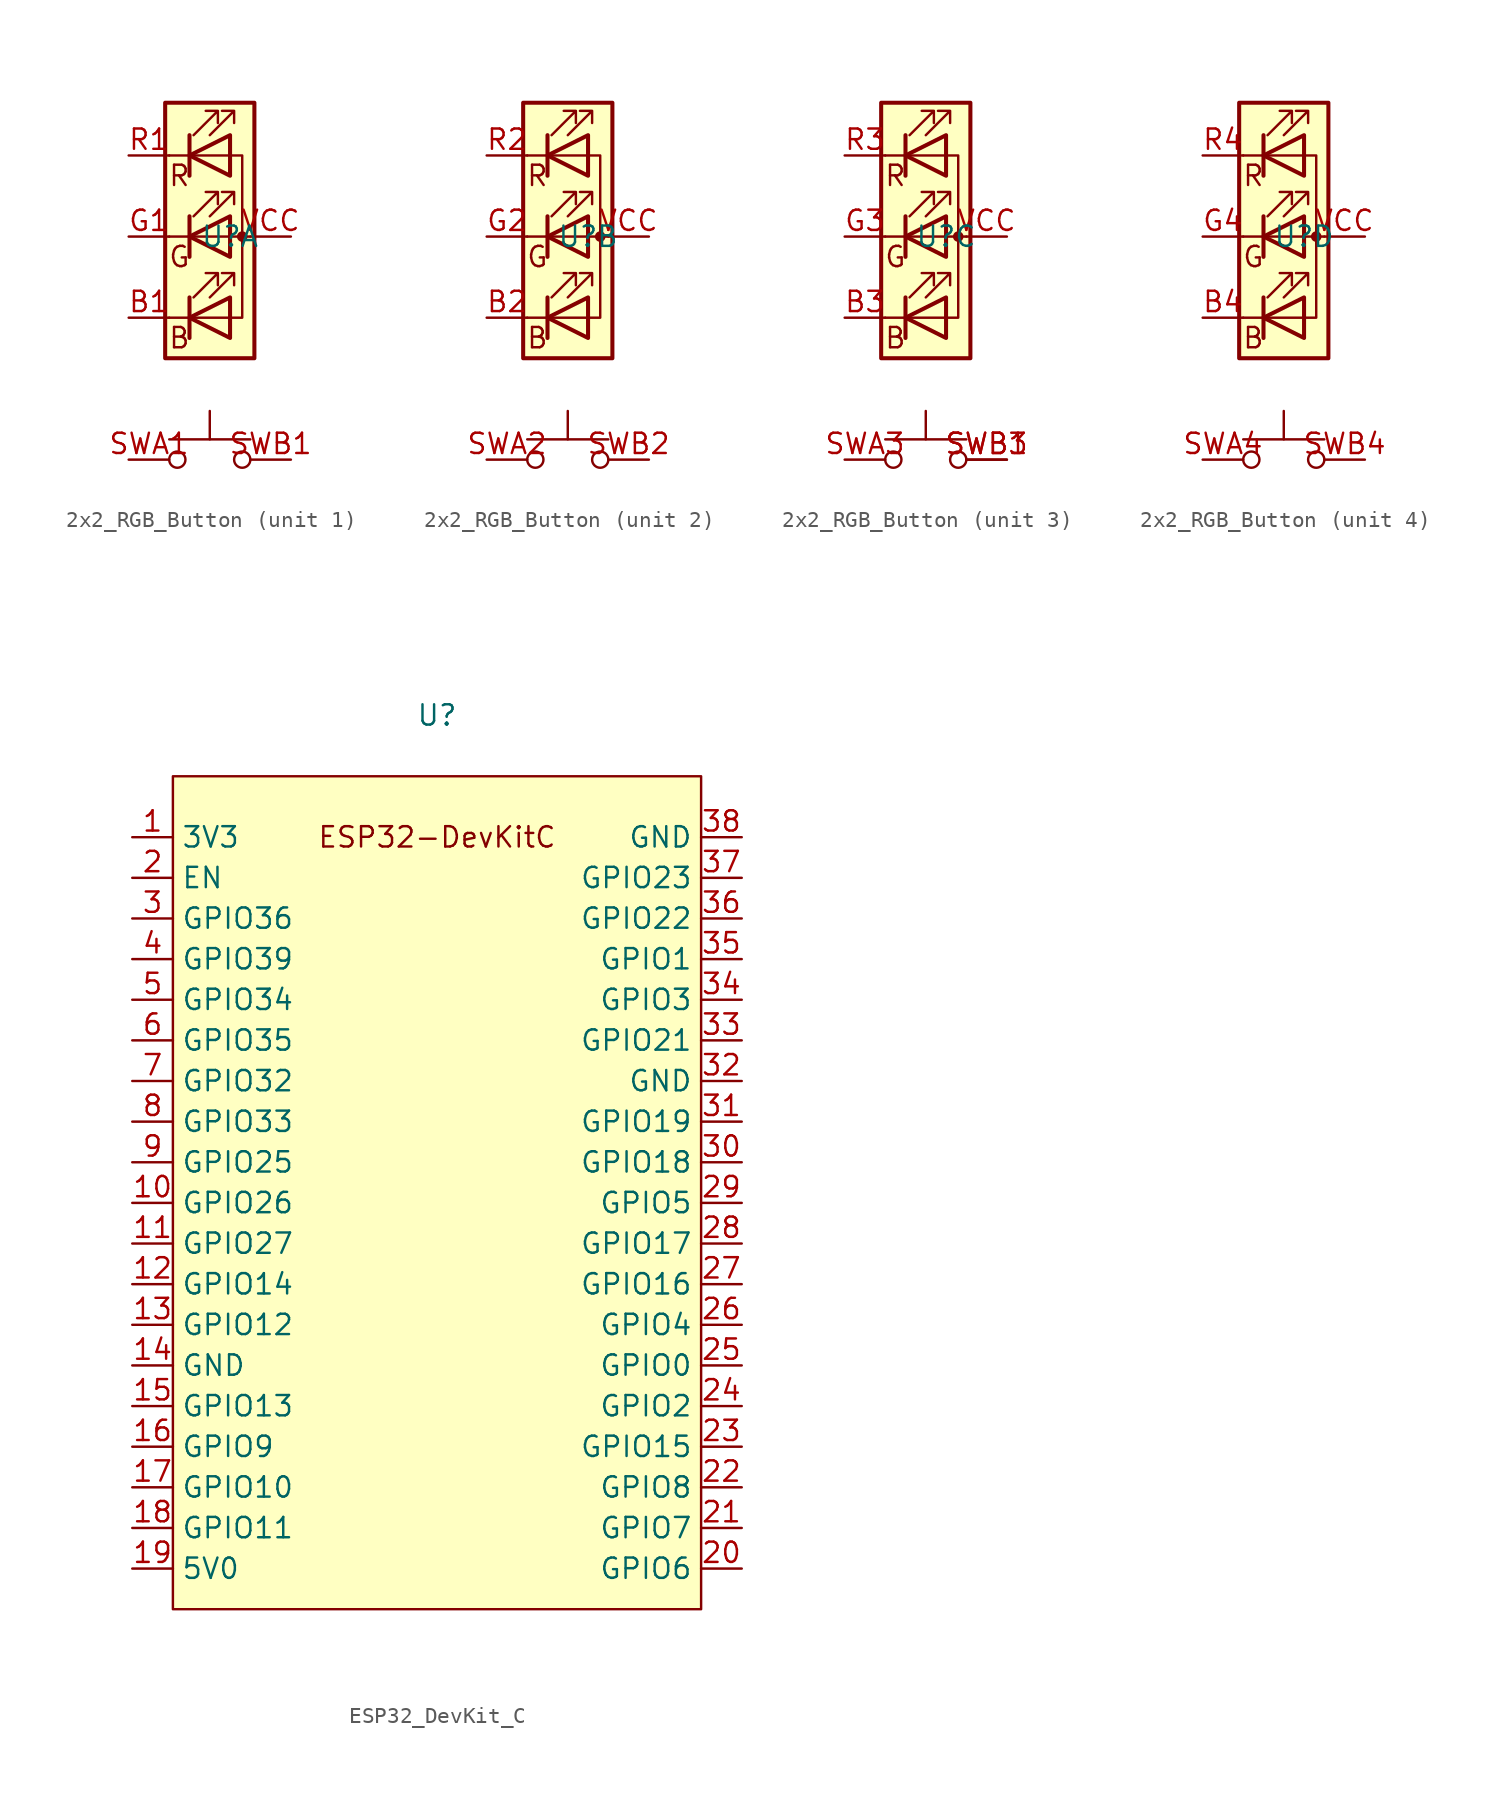
<source format=kicad_sym>
(kicad_symbol_lib
  (version 20220914)
  (generator kicad_symbol_editor)
  (symbol "2x2_RGB_Button"
    (property "Reference" "U"
      (at 1.27 0 0)
      (effects (font (size 1.27 1.27))))
    (property "Value" ""
      (at 1.27 0 0)
      (effects (font (size 1.27 1.27))))
    (property "ki_locked" ""
      (at 0 0 0)
      (effects (font (size 1.27 1.27))))
    (symbol "2x2_RGB_Button_0_0"
      (text "B" (at -1.905 -6.35 0) (effects (font (size 1.27 1.27))))
      (text "G" (at -1.905 -1.27 0) (effects (font (size 1.27 1.27))))
      (text "R" (at -1.905 3.81 0) (effects (font (size 1.27 1.27)))))
    (symbol "2x2_RGB_Button_0_1"
      (circle (center -2.032 -13.97) (radius 0.508) (stroke (width 0) (type default)) (fill (type none)))
      (polyline (pts (xy -1.27 -5.08) (xy -2.54 -5.08)) (stroke (width 0) (type default)) (fill (type none)))
      (polyline (pts (xy -1.27 -5.08) (xy 1.27 -5.08)) (stroke (width 0) (type default)) (fill (type none)))
      (polyline (pts (xy -1.27 -3.81) (xy -1.27 -6.35)) (stroke (width 0.254) (type default)) (fill (type none)))
      (polyline (pts (xy -1.27 0) (xy -2.54 0)) (stroke (width 0) (type default)) (fill (type none)))
      (polyline (pts (xy -1.27 1.27) (xy -1.27 -1.27)) (stroke (width 0.254) (type default)) (fill (type none)))
      (polyline (pts (xy -1.27 5.08) (xy -2.54 5.08)) (stroke (width 0) (type default)) (fill (type none)))
      (polyline (pts (xy -1.27 5.08) (xy 1.27 5.08)) (stroke (width 0) (type default)) (fill (type none)))
      (polyline (pts (xy -1.27 6.35) (xy -1.27 3.81)) (stroke (width 0.254) (type default)) (fill (type none)))
      (polyline (pts (xy 0 -12.7) (xy 0 -10.922)) (stroke (width 0) (type default)) (fill (type none)))
      (polyline (pts (xy 1.27 0) (xy -1.27 0)) (stroke (width 0) (type default)) (fill (type none)))
      (polyline (pts (xy 1.27 0) (xy 2.54 0)) (stroke (width 0) (type default)) (fill (type none)))
      (polyline (pts (xy 2.54 -12.7) (xy -2.54 -12.7)) (stroke (width 0) (type default)) (fill (type none)))
      (polyline (pts (xy -1.27 1.27) (xy -1.27 -1.27) (xy -1.27 -1.27)) (stroke (width 0) (type default)) (fill (type none)))
      (polyline (pts (xy -1.27 6.35) (xy -1.27 3.81) (xy -1.27 3.81)) (stroke (width 0) (type default)) (fill (type none)))
      (polyline (pts (xy 1.27 -5.08) (xy 2.032 -5.08) (xy 2.032 5.08) (xy 1.27 5.08)) (stroke (width 0) (type default)) (fill (type none)))
      (polyline (pts (xy 1.27 -3.81) (xy 1.27 -6.35) (xy -1.27 -5.08) (xy 1.27 -3.81)) (stroke (width 0.254) (type default)) (fill (type none)))
      (polyline (pts (xy 1.27 1.27) (xy 1.27 -1.27) (xy -1.27 0) (xy 1.27 1.27)) (stroke (width 0.254) (type default)) (fill (type none)))
      (polyline (pts (xy 1.27 6.35) (xy 1.27 3.81) (xy -1.27 5.08) (xy 1.27 6.35)) (stroke (width 0.254) (type default)) (fill (type none)))
      (polyline (pts (xy -1.016 -3.81) (xy 0.508 -2.286) (xy -0.254 -2.286) (xy 0.508 -2.286) (xy 0.508 -3.048)) (stroke (width 0) (type default)) (fill (type none)))
      (polyline (pts (xy -1.016 1.27) (xy 0.508 2.794) (xy -0.254 2.794) (xy 0.508 2.794) (xy 0.508 2.032)) (stroke (width 0) (type default)) (fill (type none)))
      (polyline (pts (xy -1.016 6.35) (xy 0.508 7.874) (xy -0.254 7.874) (xy 0.508 7.874) (xy 0.508 7.112)) (stroke (width 0) (type default)) (fill (type none)))
      (polyline (pts (xy 0 -3.81) (xy 1.524 -2.286) (xy 0.762 -2.286) (xy 1.524 -2.286) (xy 1.524 -3.048)) (stroke (width 0) (type default)) (fill (type none)))
      (polyline (pts (xy 0 1.27) (xy 1.524 2.794) (xy 0.762 2.794) (xy 1.524 2.794) (xy 1.524 2.032)) (stroke (width 0) (type default)) (fill (type none)))
      (polyline (pts (xy 0 6.35) (xy 1.524 7.874) (xy 0.762 7.874) (xy 1.524 7.874) (xy 1.524 7.112)) (stroke (width 0) (type default)) (fill (type none)))
      (rectangle (start 1.27 -1.27) (end 1.27 1.27) (stroke (width 0) (type default)) (fill (type none)))
      (rectangle (start 1.27 1.27) (end 1.27 1.27) (stroke (width 0) (type default)) (fill (type none)))
      (rectangle (start 1.27 3.81) (end 1.27 6.35) (stroke (width 0) (type default)) (fill (type none)))
      (rectangle (start 1.27 6.35) (end 1.27 6.35) (stroke (width 0) (type default)) (fill (type none)))
      (circle (center 2.032 -13.97) (radius 0.508) (stroke (width 0) (type default)) (fill (type none)))
      (circle (center 2.032 0) (radius 0.254) (stroke (width 0) (type default)) (fill (type outline)))
      (rectangle (start 2.794 8.382) (end -2.794 -7.62) (stroke (width 0.254) (type default)) (fill (type background))))
    (symbol "2x2_RGB_Button_1_1"
      (pin passive line (at -5.08 -5.08 0) (length 2.54) (name "" (effects (font (size 1.27 1.27)))) (number "B1" (effects (font (size 1.27 1.27)))))
      (pin passive line (at -5.08 0 0) (length 2.54) (name "" (effects (font (size 1.27 1.27)))) (number "G1" (effects (font (size 1.27 1.27)))))
      (pin passive line (at -5.08 5.08 0) (length 2.54) (name "" (effects (font (size 1.27 1.27)))) (number "R1" (effects (font (size 1.27 1.27)))))
      (pin passive line (at -5.08 -13.97 0) (length 2.54) (name "" (effects (font (size 1.27 1.27)))) (number "SWA1" (effects (font (size 1.27 1.27)))))
      (pin passive line (at 5.08 -13.97 180) (length 2.54) (name "" (effects (font (size 1.27 1.27)))) (number "SWB1" (effects (font (size 1.27 1.27)))))
      (pin passive line (at 5.08 0 180) (length 2.54) (name "" (effects (font (size 1.27 1.27)))) (number "VCC" (effects (font (size 1.27 1.27))))))
    (symbol "2x2_RGB_Button_2_1"
      (pin passive line (at -5.08 -5.08 0) (length 2.54) (name "" (effects (font (size 1.27 1.27)))) (number "B2" (effects (font (size 1.27 1.27)))))
      (pin passive line (at -5.08 0 0) (length 2.54) (name "" (effects (font (size 1.27 1.27)))) (number "G2" (effects (font (size 1.27 1.27)))))
      (pin passive line (at -5.08 5.08 0) (length 2.54) (name "" (effects (font (size 1.27 1.27)))) (number "R2" (effects (font (size 1.27 1.27)))))
      (pin passive line (at -5.08 -13.97 0) (length 2.54) (name "" (effects (font (size 1.27 1.27)))) (number "SWA2" (effects (font (size 1.27 1.27)))))
      (pin passive line (at 5.08 -13.97 180) (length 2.54) (name "" (effects (font (size 1.27 1.27)))) (number "SWB2" (effects (font (size 1.27 1.27)))))
      (pin passive line (at 5.08 0 180) (length 2.54) (name "" (effects (font (size 1.27 1.27)))) (number "VCC" (effects (font (size 1.27 1.27))))))
    (symbol "2x2_RGB_Button_3_1"
      (pin passive line (at -5.08 -5.08 0) (length 2.54) (name "" (effects (font (size 1.27 1.27)))) (number "B3" (effects (font (size 1.27 1.27)))))
      (pin passive line (at -5.08 0 0) (length 2.54) (name "" (effects (font (size 1.27 1.27)))) (number "G3" (effects (font (size 1.27 1.27)))))
      (pin passive line (at -5.08 5.08 0) (length 2.54) (name "" (effects (font (size 1.27 1.27)))) (number "R3" (effects (font (size 1.27 1.27)))))
      (pin passive line (at -5.08 -13.97 0) (length 2.54) (name "" (effects (font (size 1.27 1.27)))) (number "SWA3" (effects (font (size 1.27 1.27)))))
      (pin passive line (at 5.08 -13.97 180) (length 2.54) (name "" (effects (font (size 1.27 1.27)))) (number "SWB1" (effects (font (size 1.27 1.27)))))
      (pin passive line (at 5.08 -13.97 180) (length 2.54) (name "" (effects (font (size 1.27 1.27)))) (number "SWB3" (effects (font (size 1.27 1.27)))))
      (pin passive line (at 5.08 0 180) (length 2.54) (name "" (effects (font (size 1.27 1.27)))) (number "VCC" (effects (font (size 1.27 1.27))))))
    (symbol "2x2_RGB_Button_4_1"
      (pin passive line (at -5.08 -5.08 0) (length 2.54) (name "" (effects (font (size 1.27 1.27)))) (number "B4" (effects (font (size 1.27 1.27)))))
      (pin passive line (at -5.08 0 0) (length 2.54) (name "" (effects (font (size 1.27 1.27)))) (number "G4" (effects (font (size 1.27 1.27)))))
      (pin passive line (at -5.08 5.08 0) (length 2.54) (name "" (effects (font (size 1.27 1.27)))) (number "R4" (effects (font (size 1.27 1.27)))))
      (pin passive line (at -5.08 -13.97 0) (length 2.54) (name "" (effects (font (size 1.27 1.27)))) (number "SWA4" (effects (font (size 1.27 1.27)))))
      (pin passive line (at 5.08 -13.97 180) (length 2.54) (name "" (effects (font (size 1.27 1.27)))) (number "SWB4" (effects (font (size 1.27 1.27)))))
      (pin passive line (at 5.08 0 180) (length 2.54) (name "" (effects (font (size 1.27 1.27)))) (number "VCC" (effects (font (size 1.27 1.27)))))))
  (symbol "ESP32_DevKit_C"
    (property "Reference" "U"
      (at 0 29.21 0)
      (effects (font (size 1.27 1.27))))
    (property "Value" ""
      (at 0 26.67 0)
      (effects (font (size 1.27 1.27))))
    (symbol "ESP32_DevKit_C_1_1"
      (rectangle (start -16.51 25.4) (end 16.51 -26.67) (stroke (width 0) (type default)) (fill (type background)))
      (text "ESP32-DevKitC" (at 0 21.59 0) (effects (font (size 1.27 1.27))))
      (pin power_out line (at -19.05 21.59 0) (length 2.54) (name "3V3" (effects (font (size 1.27 1.27)))) (number "1" (effects (font (size 1.27 1.27)))))
      (pin bidirectional line (at -19.05 -1.27 0) (length 2.54) (name "GPIO26" (effects (font (size 1.27 1.27)))) (number "10" (effects (font (size 1.27 1.27)))))
      (pin bidirectional line (at -19.05 -3.81 0) (length 2.54) (name "GPIO27" (effects (font (size 1.27 1.27)))) (number "11" (effects (font (size 1.27 1.27)))))
      (pin bidirectional line (at -19.05 -6.35 0) (length 2.54) (name "GPIO14" (effects (font (size 1.27 1.27)))) (number "12" (effects (font (size 1.27 1.27)))))
      (pin bidirectional line (at -19.05 -8.89 0) (length 2.54) (name "GPIO12" (effects (font (size 1.27 1.27)))) (number "13" (effects (font (size 1.27 1.27)))))
      (pin power_in line (at -19.05 -11.43 0) (length 2.54) (name "GND" (effects (font (size 1.27 1.27)))) (number "14" (effects (font (size 1.27 1.27)))))
      (pin bidirectional line (at -19.05 -13.97 0) (length 2.54) (name "GPIO13" (effects (font (size 1.27 1.27)))) (number "15" (effects (font (size 1.27 1.27)))))
      (pin bidirectional line (at -19.05 -16.51 0) (length 2.54) (name "GPIO9" (effects (font (size 1.27 1.27)))) (number "16" (effects (font (size 1.27 1.27)))))
      (pin bidirectional line (at -19.05 -19.05 0) (length 2.54) (name "GPIO10" (effects (font (size 1.27 1.27)))) (number "17" (effects (font (size 1.27 1.27)))))
      (pin bidirectional line (at -19.05 -21.59 0) (length 2.54) (name "GPIO11" (effects (font (size 1.27 1.27)))) (number "18" (effects (font (size 1.27 1.27)))))
      (pin power_in line (at -19.05 -24.13 0) (length 2.54) (name "5V0" (effects (font (size 1.27 1.27)))) (number "19" (effects (font (size 1.27 1.27)))))
      (pin bidirectional line (at -19.05 19.05 0) (length 2.54) (name "EN" (effects (font (size 1.27 1.27)))) (number "2" (effects (font (size 1.27 1.27)))))
      (pin bidirectional line (at 19.05 -24.13 180) (length 2.54) (name "GPIO6" (effects (font (size 1.27 1.27)))) (number "20" (effects (font (size 1.27 1.27)))))
      (pin bidirectional line (at 19.05 -21.59 180) (length 2.54) (name "GPIO7" (effects (font (size 1.27 1.27)))) (number "21" (effects (font (size 1.27 1.27)))))
      (pin bidirectional line (at 19.05 -19.05 180) (length 2.54) (name "GPIO8" (effects (font (size 1.27 1.27)))) (number "22" (effects (font (size 1.27 1.27)))))
      (pin bidirectional line (at 19.05 -16.51 180) (length 2.54) (name "GPIO15" (effects (font (size 1.27 1.27)))) (number "23" (effects (font (size 1.27 1.27)))))
      (pin bidirectional line (at 19.05 -13.97 180) (length 2.54) (name "GPIO2" (effects (font (size 1.27 1.27)))) (number "24" (effects (font (size 1.27 1.27)))))
      (pin bidirectional line (at 19.05 -11.43 180) (length 2.54) (name "GPIO0" (effects (font (size 1.27 1.27)))) (number "25" (effects (font (size 1.27 1.27)))))
      (pin bidirectional line (at 19.05 -8.89 180) (length 2.54) (name "GPIO4" (effects (font (size 1.27 1.27)))) (number "26" (effects (font (size 1.27 1.27)))))
      (pin bidirectional line (at 19.05 -6.35 180) (length 2.54) (name "GPIO16" (effects (font (size 1.27 1.27)))) (number "27" (effects (font (size 1.27 1.27)))))
      (pin bidirectional line (at 19.05 -3.81 180) (length 2.54) (name "GPIO17" (effects (font (size 1.27 1.27)))) (number "28" (effects (font (size 1.27 1.27)))))
      (pin bidirectional line (at 19.05 -1.27 180) (length 2.54) (name "GPIO5" (effects (font (size 1.27 1.27)))) (number "29" (effects (font (size 1.27 1.27)))))
      (pin bidirectional line (at -19.05 16.51 0) (length 2.54) (name "GPIO36" (effects (font (size 1.27 1.27)))) (number "3" (effects (font (size 1.27 1.27)))))
      (pin bidirectional line (at 19.05 1.27 180) (length 2.54) (name "GPIO18" (effects (font (size 1.27 1.27)))) (number "30" (effects (font (size 1.27 1.27)))))
      (pin bidirectional line (at 19.05 3.81 180) (length 2.54) (name "GPIO19" (effects (font (size 1.27 1.27)))) (number "31" (effects (font (size 1.27 1.27)))))
      (pin power_in line (at 19.05 6.35 180) (length 2.54) (name "GND" (effects (font (size 1.27 1.27)))) (number "32" (effects (font (size 1.27 1.27)))))
      (pin bidirectional line (at 19.05 8.89 180) (length 2.54) (name "GPIO21" (effects (font (size 1.27 1.27)))) (number "33" (effects (font (size 1.27 1.27)))))
      (pin bidirectional line (at 19.05 11.43 180) (length 2.54) (name "GPIO3" (effects (font (size 1.27 1.27)))) (number "34" (effects (font (size 1.27 1.27)))))
      (pin bidirectional line (at 19.05 13.97 180) (length 2.54) (name "GPIO1" (effects (font (size 1.27 1.27)))) (number "35" (effects (font (size 1.27 1.27)))))
      (pin bidirectional line (at 19.05 16.51 180) (length 2.54) (name "GPIO22" (effects (font (size 1.27 1.27)))) (number "36" (effects (font (size 1.27 1.27)))))
      (pin bidirectional line (at 19.05 19.05 180) (length 2.54) (name "GPIO23" (effects (font (size 1.27 1.27)))) (number "37" (effects (font (size 1.27 1.27)))))
      (pin power_in line (at 19.05 21.59 180) (length 2.54) (name "GND" (effects (font (size 1.27 1.27)))) (number "38" (effects (font (size 1.27 1.27)))))
      (pin bidirectional line (at -19.05 13.97 0) (length 2.54) (name "GPIO39" (effects (font (size 1.27 1.27)))) (number "4" (effects (font (size 1.27 1.27)))))
      (pin bidirectional line (at -19.05 11.43 0) (length 2.54) (name "GPIO34" (effects (font (size 1.27 1.27)))) (number "5" (effects (font (size 1.27 1.27)))))
      (pin bidirectional line (at -19.05 8.89 0) (length 2.54) (name "GPIO35" (effects (font (size 1.27 1.27)))) (number "6" (effects (font (size 1.27 1.27)))))
      (pin bidirectional line (at -19.05 6.35 0) (length 2.54) (name "GPIO32" (effects (font (size 1.27 1.27)))) (number "7" (effects (font (size 1.27 1.27)))))
      (pin bidirectional line (at -19.05 3.81 0) (length 2.54) (name "GPIO33" (effects (font (size 1.27 1.27)))) (number "8" (effects (font (size 1.27 1.27)))))
      (pin bidirectional line (at -19.05 1.27 0) (length 2.54) (name "GPIO25" (effects (font (size 1.27 1.27)))) (number "9" (effects (font (size 1.27 1.27))))))))
</source>
